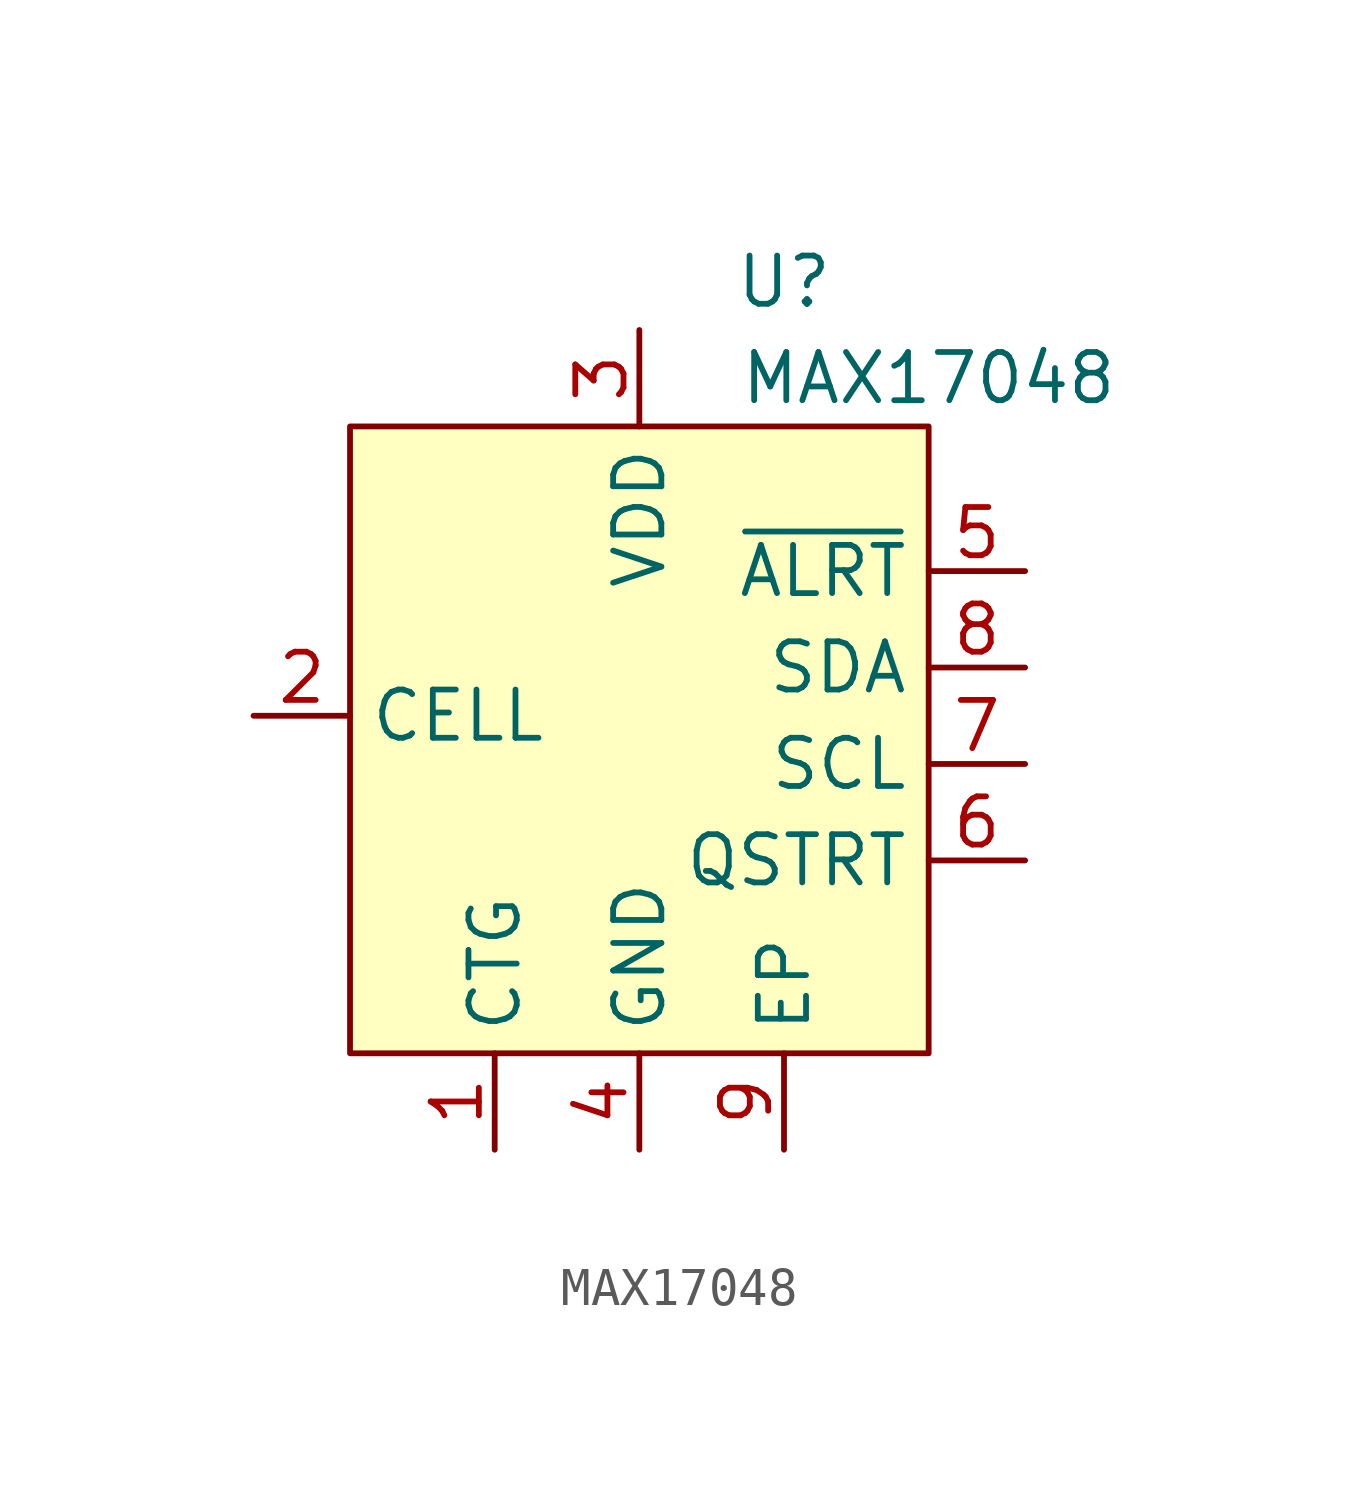
<source format=kicad_sym>
(kicad_symbol_lib
  (version 20220914)
  (generator kicad_symbol_editor)
  (symbol "MAX17048"
    (property "Reference" "U"
      (at 3.81 13.97 0)
      (effects (font (size 1.27 1.27))))
    (property "Value" "MAX17048"
      (at 7.62 11.43 0)
      (effects (font (size 1.27 1.27))))
    (symbol "MAX17048_1_1"
      (rectangle (start -7.62 10.16) (end 7.62 -6.35) (stroke (width 0) (type default)) (fill (type background)))
      (pin passive line (at -3.81 -8.89 90) (length 2.54) (name "CTG" (effects (font (size 1.27 1.27)))) (number "1" (effects (font (size 1.27 1.27)))))
      (pin input line (at -10.16 2.54 0) (length 2.54) (name "CELL" (effects (font (size 1.27 1.27)))) (number "2" (effects (font (size 1.27 1.27)))))
      (pin passive line (at 0 12.7 270) (length 2.54) (name "VDD" (effects (font (size 1.27 1.27)))) (number "3" (effects (font (size 1.27 1.27)))))
      (pin passive line (at 0 -8.89 90) (length 2.54) (name "GND" (effects (font (size 1.27 1.27)))) (number "4" (effects (font (size 1.27 1.27)))))
      (pin output line (at 10.16 6.35 180) (length 2.54) (name "~{ALRT}" (effects (font (size 1.27 1.27)))) (number "5" (effects (font (size 1.27 1.27)))))
      (pin input line (at 10.16 -1.27 180) (length 2.54) (name "QSTRT" (effects (font (size 1.27 1.27)))) (number "6" (effects (font (size 1.27 1.27)))))
      (pin input line (at 10.16 1.27 180) (length 2.54) (name "SCL" (effects (font (size 1.27 1.27)))) (number "7" (effects (font (size 1.27 1.27)))))
      (pin bidirectional line (at 10.16 3.81 180) (length 2.54) (name "SDA" (effects (font (size 1.27 1.27)))) (number "8" (effects (font (size 1.27 1.27)))))
      (pin passive line (at 3.81 -8.89 90) (length 2.54) (name "EP" (effects (font (size 1.27 1.27)))) (number "9" (effects (font (size 1.27 1.27))))))))
</source>
